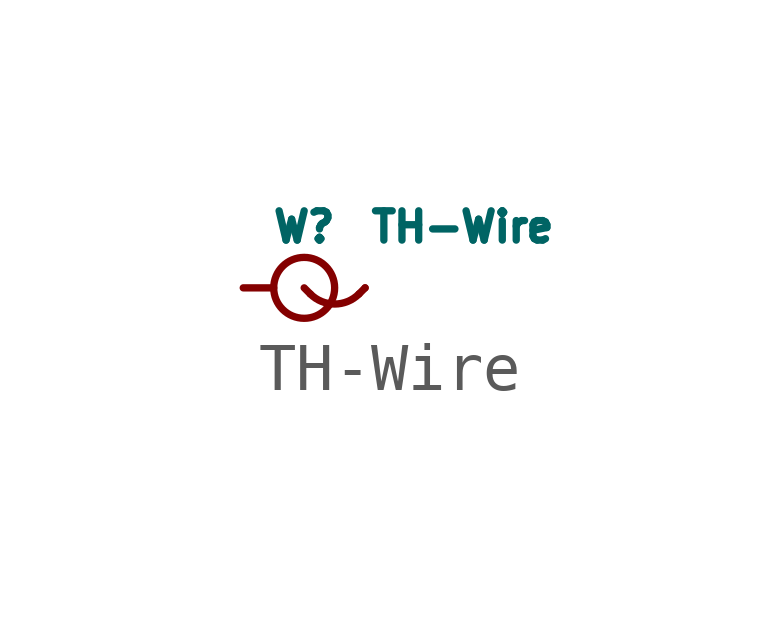
<source format=kicad_sym>
(kicad_symbol_lib
  (version 20220914)
  (generator kicad_symbol_editor)
  (symbol "TH-Wire"
    (pin_numbers hide)
    (pin_names
      (offset 0))
    (property "Reference" "W"
      (at 0 1.27 0)
      (effects (font (size 0.61 0.61))))
    (property "Value" "TH-Wire"
      (at 3.302 1.27 0)
      (effects (font (size 0.61 0.61))))
    (symbol "TH-Wire_0_1"
      (polyline (pts (xy 0.127 -0.127) (xy 0 0)) (stroke (width 0.152) (type solid)) (fill (type none)))
      (polyline (pts (xy 1.27 0) (xy 1.143 -0.127)) (stroke (width 0.152) (type solid)) (fill (type none)))
      (circle (center 0 0) (radius 0.635) (stroke (width 0) (type solid)) (fill (type none))))
    (symbol "TH-Wire_1_1"
      (arc (start 0.127 -0.127) (mid 0.635 -0.3374) (end 1.143 -0.127) (stroke (width 0.1524) (type solid)) (fill (type none)))
      (pin passive line (at -1.27 0 0) (length 0.635) (name "~" (effects (font (size 0.508 0.508)))) (number "1" (effects (font (size 0.508 0.508)))))
      (pin passive line (at 1.27 0 180) (length 0) (name "~" (effects (font (size 0.508 0.508)))) (number "2" (effects (font (size 0.508 0.508))))))))
</source>
